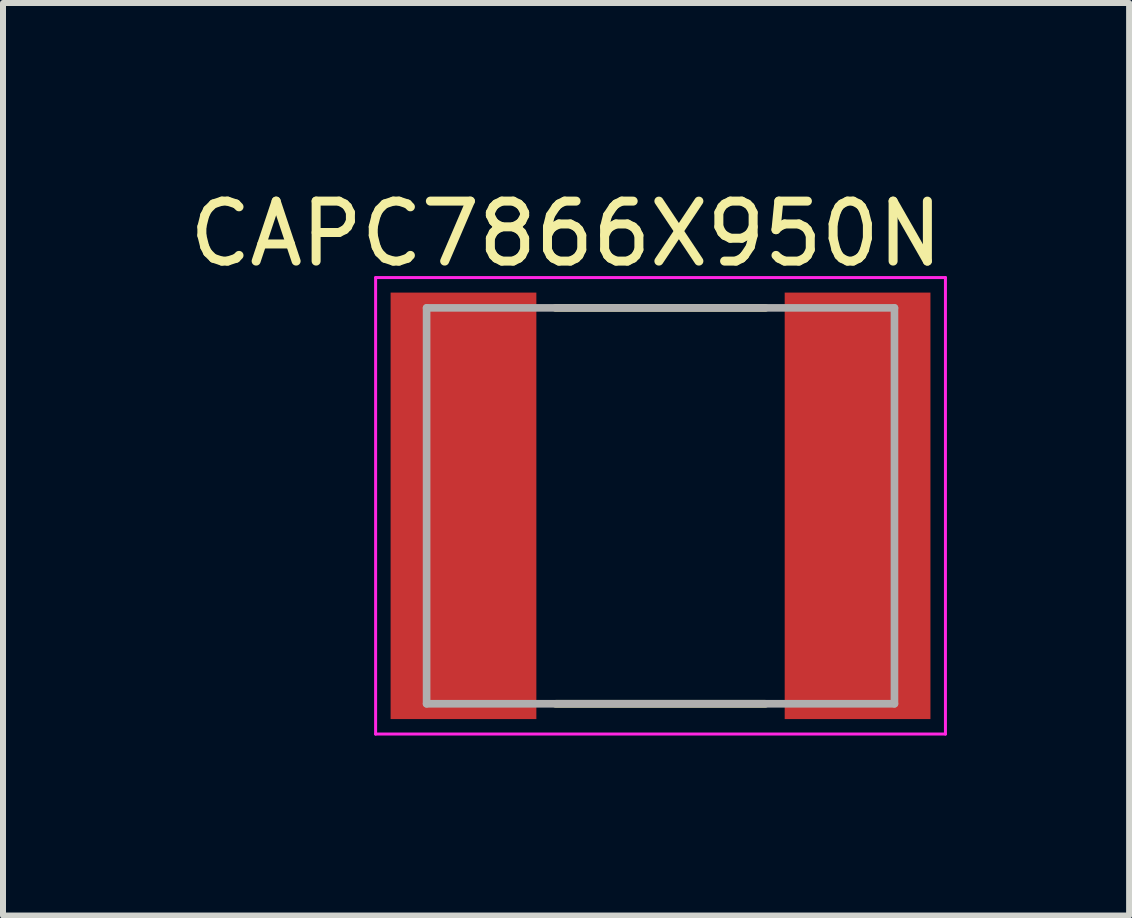
<source format=kicad_pcb>
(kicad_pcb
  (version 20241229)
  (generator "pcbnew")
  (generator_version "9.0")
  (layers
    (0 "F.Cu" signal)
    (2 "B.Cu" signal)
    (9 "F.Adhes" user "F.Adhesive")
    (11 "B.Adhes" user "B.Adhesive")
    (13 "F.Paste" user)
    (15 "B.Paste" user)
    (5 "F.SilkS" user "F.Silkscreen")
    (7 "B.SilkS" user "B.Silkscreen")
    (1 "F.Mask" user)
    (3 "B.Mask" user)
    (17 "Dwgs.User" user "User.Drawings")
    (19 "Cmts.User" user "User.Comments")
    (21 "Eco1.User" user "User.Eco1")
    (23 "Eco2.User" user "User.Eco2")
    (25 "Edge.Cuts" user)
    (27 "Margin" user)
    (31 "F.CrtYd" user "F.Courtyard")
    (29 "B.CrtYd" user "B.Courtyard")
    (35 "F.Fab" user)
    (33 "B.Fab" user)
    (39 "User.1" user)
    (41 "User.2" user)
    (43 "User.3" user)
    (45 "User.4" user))
  (footprint "CAPC7866X950N"
    (layer "F.Cu")
    (at 7.962 5.383)
    (property "Reference" "CAPC7866X950N" (at -1.575 -4.535 0) (layer "F.SilkS") (effects (font (size 1 1) (thickness 0.15))))
    (attr smd)
    (fp_line (start -1.75 -3.3) (end 1.75 -3.3) (stroke (width 0.127) (type solid)) (layer "F.SilkS"))
    (fp_line (start -1.75 3.3) (end 1.75 3.3) (stroke (width 0.127) (type solid)) (layer "F.SilkS"))
    (fp_line (start -4.75 -3.805) (end 4.75 -3.805) (stroke (width 0.05) (type solid)) (layer "F.CrtYd"))
    (fp_line (start -4.75 3.805) (end -4.75 -3.805) (stroke (width 0.05) (type solid)) (layer "F.CrtYd"))
    (fp_line (start -4.75 3.805) (end 4.75 3.805) (stroke (width 0.05) (type solid)) (layer "F.CrtYd"))
    (fp_line (start 4.75 3.805) (end 4.75 -3.805) (stroke (width 0.05) (type solid)) (layer "F.CrtYd"))
    (fp_line (start -3.9 3.3) (end -3.9 -3.3) (stroke (width 0.127) (type solid)) (layer "F.Fab"))
    (fp_line (start 3.9 -3.3) (end -3.9 -3.3) (stroke (width 0.127) (type solid)) (layer "F.Fab"))
    (fp_line (start 3.9 3.3) (end -3.9 3.3) (stroke (width 0.127) (type solid)) (layer "F.Fab"))
    (fp_line (start 3.9 3.3) (end 3.9 -3.3) (stroke (width 0.127) (type solid)) (layer "F.Fab"))
    (pad "1" smd rect (at -3.285 0) (size 2.43 7.11) (layers "F.Cu" "F.Mask" "F.Paste"))
    (pad "2" smd rect (at 3.285 0) (size 2.43 7.11) (layers "F.Cu" "F.Mask" "F.Paste")))
  (gr_rect
    (start -3 -3)
    (end 15.774 12.213)
    (stroke (width 0.1) (type default))
    (fill no)
    (layer "Edge.Cuts")))
</source>
